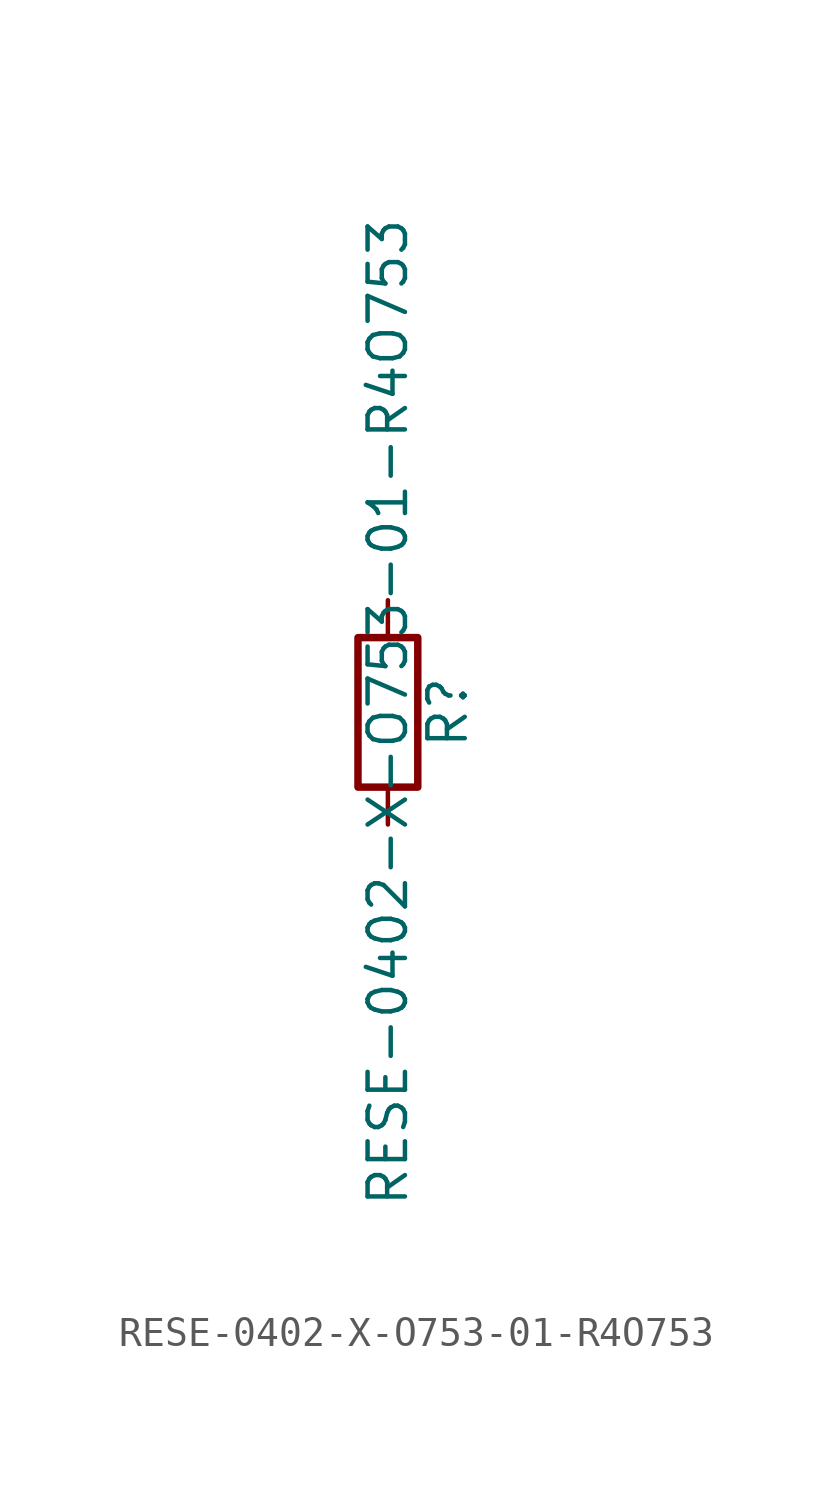
<source format=kicad_sym>
(kicad_symbol_lib
  (version 20211014)
  (generator kicad_symbol_editor)
  (symbol "RESE-0402-X-O753-01-R4O753"
    (pin_numbers hide)
    (pin_names
      (offset 0))
    (property "Reference" "R"
      (at 2.032 0 90)
      (effects (font (size 1.27 1.27))))
    (property "Value" "RESE-0402-X-O753-01-R4O753"
      (at 0 0 90)
      (effects (font (size 1.27 1.27))))
    (symbol "RESE-0402-X-O753-01-R4O753_0_1"
      (rectangle (start -1.016 -2.54) (end 1.016 2.54) (stroke (width 0.254) (type default) (color 0 0 0 0)) (fill (type none))))
    (symbol "RESE-0402-X-O753-01-R4O753_1_1"
      (pin passive line (at 0 3.81 270) (length 1.27) (name "~" (effects (font (size 1.27 1.27)))) (number "1" (effects (font (size 1.27 1.27)))))
      (pin passive line (at 0 -3.81 90) (length 1.27) (name "~" (effects (font (size 1.27 1.27)))) (number "2" (effects (font (size 1.27 1.27))))))))
</source>
